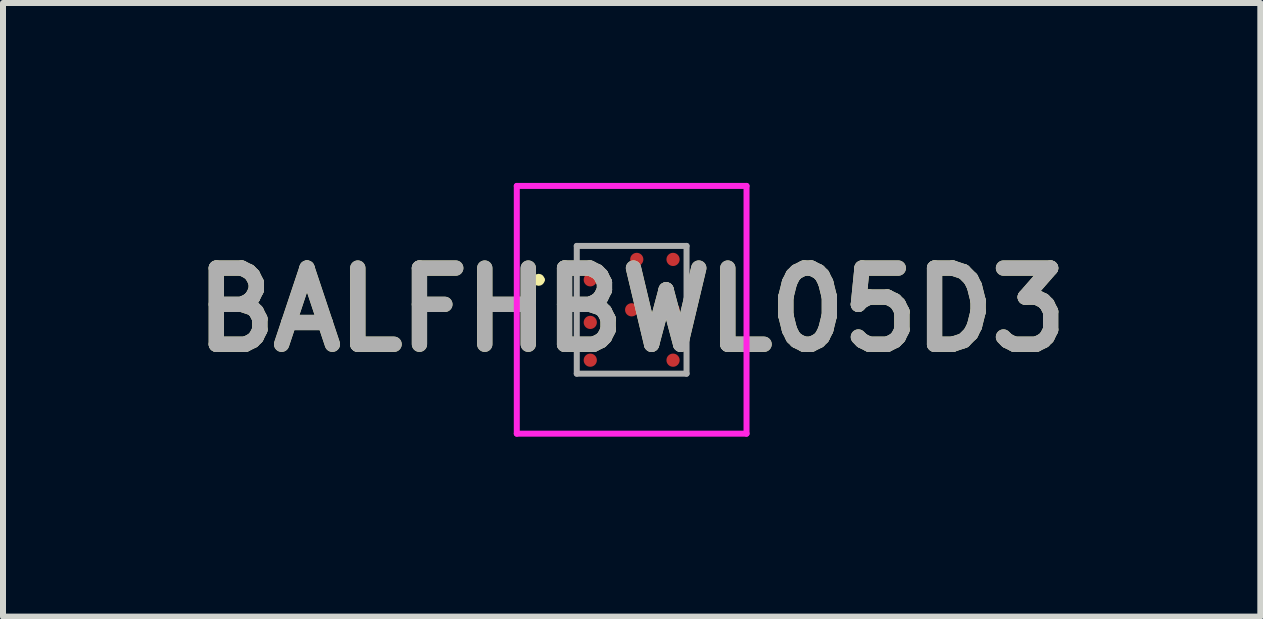
<source format=kicad_pcb>
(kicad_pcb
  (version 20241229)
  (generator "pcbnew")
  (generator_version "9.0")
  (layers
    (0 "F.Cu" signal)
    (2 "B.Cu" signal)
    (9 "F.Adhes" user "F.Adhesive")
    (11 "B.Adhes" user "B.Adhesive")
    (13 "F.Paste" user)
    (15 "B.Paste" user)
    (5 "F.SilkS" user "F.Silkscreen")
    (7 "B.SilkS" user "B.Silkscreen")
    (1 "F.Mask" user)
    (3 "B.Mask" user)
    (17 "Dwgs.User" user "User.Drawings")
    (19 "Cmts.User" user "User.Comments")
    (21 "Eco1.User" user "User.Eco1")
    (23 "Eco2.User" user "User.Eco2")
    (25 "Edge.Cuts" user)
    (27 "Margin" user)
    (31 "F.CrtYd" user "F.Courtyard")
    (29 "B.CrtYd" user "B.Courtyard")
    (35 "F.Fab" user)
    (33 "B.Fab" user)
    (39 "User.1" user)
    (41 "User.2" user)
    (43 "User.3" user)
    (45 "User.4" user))
  (footprint "BALFHBWL05D3"
    (layer "F.Cu")
    (at 7.481 2.115)
    (property "Reference" "BALFHBWL05D3" (at 0 0 0) (layer "F.SilkS") (effects (font (size 1.27 1.27) (thickness 0.254))))
    (attr smd)
    (fp_line (start -1.6 -0.5) (end -1.6 -0.5) (stroke (width 0.1) (type solid)) (layer "F.SilkS"))
    (fp_line (start -1.5 -0.5) (end -1.5 -0.5) (stroke (width 0.1) (type solid)) (layer "F.SilkS"))
    (fp_arc (start -1.6 -0.5) (mid -1.55 -0.55) (end -1.5 -0.5) (stroke (width 0.1) (type solid)) (layer "F.SilkS"))
    (fp_arc (start -1.5 -0.5) (mid -1.55 -0.45) (end -1.6 -0.5) (stroke (width 0.1) (type solid)) (layer "F.SilkS"))
    (fp_line (start -1.915 -2.065) (end -1.915 2.065) (stroke (width 0.1) (type solid)) (layer "F.CrtYd"))
    (fp_line (start -1.915 2.065) (end 1.915 2.065) (stroke (width 0.1) (type solid)) (layer "F.CrtYd"))
    (fp_line (start 1.915 -2.065) (end -1.915 -2.065) (stroke (width 0.1) (type solid)) (layer "F.CrtYd"))
    (fp_line (start 1.915 2.065) (end 1.915 -2.065) (stroke (width 0.1) (type solid)) (layer "F.CrtYd"))
    (fp_line (start -0.915 -1.065) (end 0.915 -1.065) (stroke (width 0.1) (type solid)) (layer "F.Fab"))
    (fp_line (start -0.915 1.065) (end -0.915 -1.065) (stroke (width 0.1) (type solid)) (layer "F.Fab"))
    (fp_line (start 0.915 -1.065) (end 0.915 1.065) (stroke (width 0.1) (type solid)) (layer "F.Fab"))
    (fp_line (start 0.915 1.065) (end -0.915 1.065) (stroke (width 0.1) (type solid)) (layer "F.Fab"))
    (fp_text user "${REFERENCE}" (at 0 0 0) (layer "F.Fab") (effects (font (size 1.27 1.27) (thickness 0.254))))
    (pad "A1" smd circle (at -0.69 -0.5 90) (size 0.22 0.22) (layers "F.Cu" "F.Mask" "F.Paste"))
    (pad "A2" smd circle (at -0.69 0.21 90) (size 0.22 0.22) (layers "F.Cu" "F.Mask" "F.Paste"))
    (pad "A3" smd circle (at -0.69 0.84 90) (size 0.22 0.22) (layers "F.Cu" "F.Mask" "F.Paste"))
    (pad "B1" smd circle (at 0.085 -0.84 90) (size 0.22 0.22) (layers "F.Cu" "F.Mask" "F.Paste"))
    (pad "B2" smd circle (at 0 0 90) (size 0.22 0.22) (layers "F.Cu" "F.Mask" "F.Paste"))
    (pad "C1" smd circle (at 0.69 -0.84 90) (size 0.22 0.22) (layers "F.Cu" "F.Mask" "F.Paste"))
    (pad "C2" smd circle (at 0.69 0 90) (size 0.22 0.22) (layers "F.Cu" "F.Mask" "F.Paste"))
    (pad "C3" smd circle (at 0.69 0.84 90) (size 0.22 0.22) (layers "F.Cu" "F.Mask" "F.Paste")))
  (gr_rect
    (start -3 -3)
    (end 17.962 7.23)
    (stroke (width 0.1) (type default))
    (fill no)
    (layer "Edge.Cuts")))
</source>
